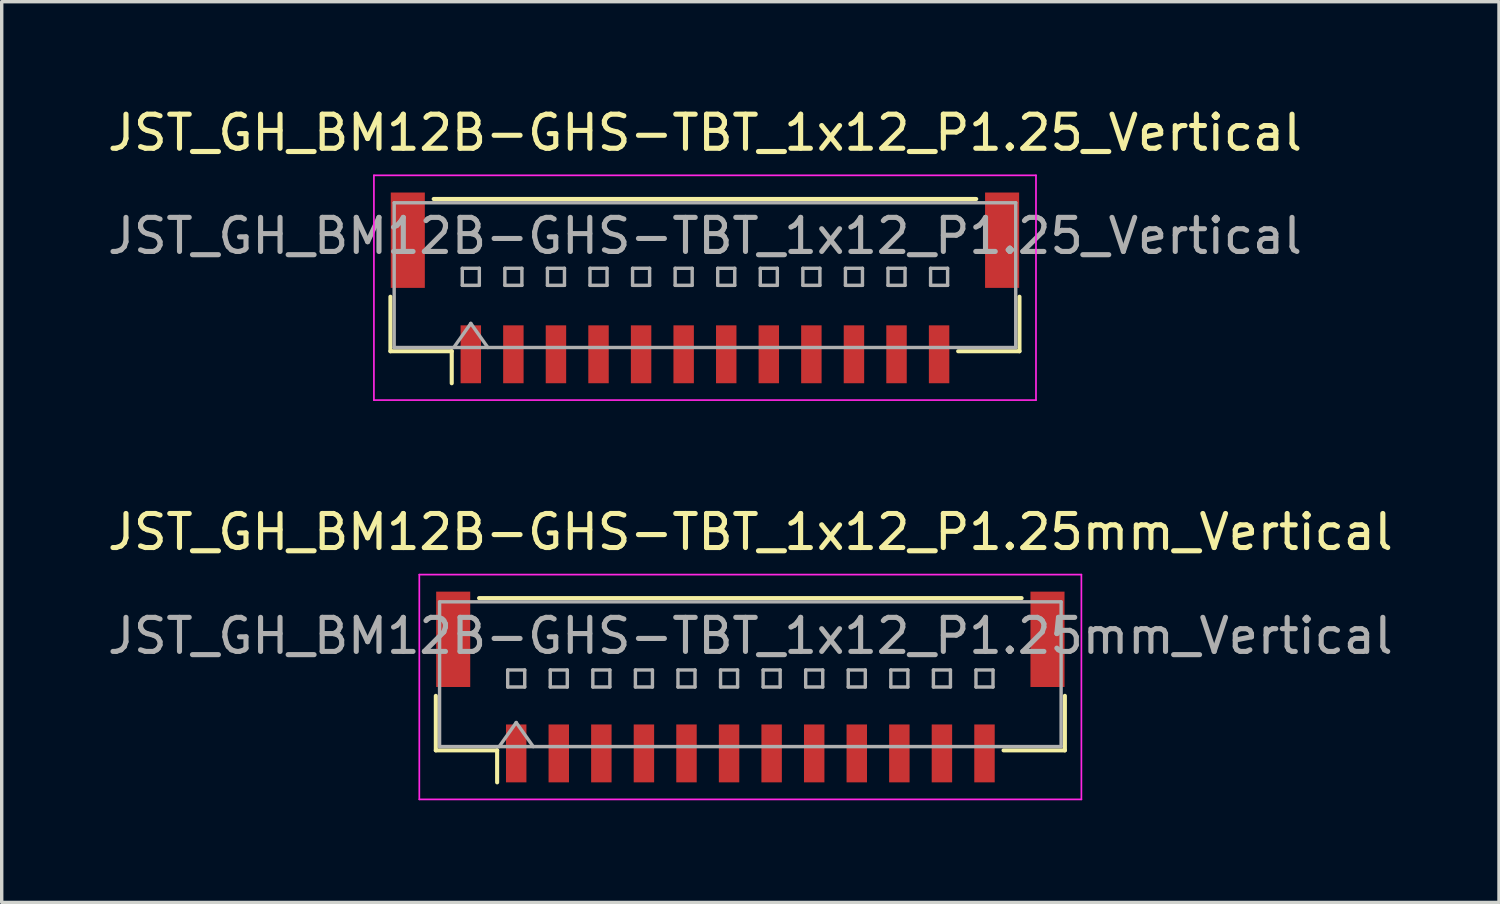
<source format=kicad_pcb>
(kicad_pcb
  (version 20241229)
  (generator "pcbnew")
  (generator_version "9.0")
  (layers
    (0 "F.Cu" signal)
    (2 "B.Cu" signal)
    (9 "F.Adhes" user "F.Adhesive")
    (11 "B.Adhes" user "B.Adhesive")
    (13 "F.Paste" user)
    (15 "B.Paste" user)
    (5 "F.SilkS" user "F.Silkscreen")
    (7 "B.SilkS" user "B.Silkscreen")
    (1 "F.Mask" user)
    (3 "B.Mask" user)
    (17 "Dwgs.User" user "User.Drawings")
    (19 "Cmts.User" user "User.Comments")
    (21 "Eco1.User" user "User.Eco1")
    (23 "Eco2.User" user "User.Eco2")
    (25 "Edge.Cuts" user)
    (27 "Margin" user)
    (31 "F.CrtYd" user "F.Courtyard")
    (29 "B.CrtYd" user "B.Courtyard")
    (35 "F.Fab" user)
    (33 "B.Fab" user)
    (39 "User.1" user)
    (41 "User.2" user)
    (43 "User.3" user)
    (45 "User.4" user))
  (footprint "JST_GH_BM12B-GHS-TBT_1x12_P1.25mm_Vertical"
    (layer "F.Cu")
    (at 18.982 17.122)
    (property "Reference" "JST_GH_BM12B-GHS-TBT_1x12_P1.25mm_Vertical" (at 0 -4.55 0) (layer "F.SilkS") (effects (font (size 1 1) (thickness 0.15))))
    (attr smd)
    (fp_line (start -9.235 0.26) (end -9.235 1.86) (stroke (width 0.12) (type solid)) (layer "F.SilkS"))
    (fp_line (start -9.235 1.86) (end -7.435 1.86) (stroke (width 0.12) (type solid)) (layer "F.SilkS"))
    (fp_line (start -7.965 -2.61) (end 7.965 -2.61) (stroke (width 0.12) (type solid)) (layer "F.SilkS"))
    (fp_line (start -7.435 1.86) (end -7.435 2.8) (stroke (width 0.12) (type solid)) (layer "F.SilkS"))
    (fp_line (start 9.235 0.26) (end 9.235 1.86) (stroke (width 0.12) (type solid)) (layer "F.SilkS"))
    (fp_line (start 9.235 1.86) (end 7.435 1.86) (stroke (width 0.12) (type solid)) (layer "F.SilkS"))
    (fp_line (start -9.72 -3.3) (end -9.72 3.3) (stroke (width 0.05) (type solid)) (layer "F.CrtYd"))
    (fp_line (start -9.72 3.3) (end 9.72 3.3) (stroke (width 0.05) (type solid)) (layer "F.CrtYd"))
    (fp_line (start 9.72 -3.3) (end -9.72 -3.3) (stroke (width 0.05) (type solid)) (layer "F.CrtYd"))
    (fp_line (start 9.72 3.3) (end 9.72 -3.3) (stroke (width 0.05) (type solid)) (layer "F.CrtYd"))
    (fp_line (start -9.125 -2.5) (end 9.125 -2.5) (stroke (width 0.1) (type solid)) (layer "F.Fab"))
    (fp_line (start -9.125 1.75) (end -9.125 -2.5) (stroke (width 0.1) (type solid)) (layer "F.Fab"))
    (fp_line (start -9.125 1.75) (end 9.125 1.75) (stroke (width 0.1) (type solid)) (layer "F.Fab"))
    (fp_line (start -7.375 1.75) (end -6.875 1.043) (stroke (width 0.1) (type solid)) (layer "F.Fab"))
    (fp_line (start -7.125 -0.5) (end -7.125 0) (stroke (width 0.1) (type solid)) (layer "F.Fab"))
    (fp_line (start -7.125 0) (end -6.625 0) (stroke (width 0.1) (type solid)) (layer "F.Fab"))
    (fp_line (start -6.875 1.043) (end -6.375 1.75) (stroke (width 0.1) (type solid)) (layer "F.Fab"))
    (fp_line (start -6.625 -0.5) (end -7.125 -0.5) (stroke (width 0.1) (type solid)) (layer "F.Fab"))
    (fp_line (start -6.625 0) (end -6.625 -0.5) (stroke (width 0.1) (type solid)) (layer "F.Fab"))
    (fp_line (start -5.875 -0.5) (end -5.875 0) (stroke (width 0.1) (type solid)) (layer "F.Fab"))
    (fp_line (start -5.875 0) (end -5.375 0) (stroke (width 0.1) (type solid)) (layer "F.Fab"))
    (fp_line (start -5.375 -0.5) (end -5.875 -0.5) (stroke (width 0.1) (type solid)) (layer "F.Fab"))
    (fp_line (start -5.375 0) (end -5.375 -0.5) (stroke (width 0.1) (type solid)) (layer "F.Fab"))
    (fp_line (start -4.625 -0.5) (end -4.625 0) (stroke (width 0.1) (type solid)) (layer "F.Fab"))
    (fp_line (start -4.625 0) (end -4.125 0) (stroke (width 0.1) (type solid)) (layer "F.Fab"))
    (fp_line (start -4.125 -0.5) (end -4.625 -0.5) (stroke (width 0.1) (type solid)) (layer "F.Fab"))
    (fp_line (start -4.125 0) (end -4.125 -0.5) (stroke (width 0.1) (type solid)) (layer "F.Fab"))
    (fp_line (start -3.375 -0.5) (end -3.375 0) (stroke (width 0.1) (type solid)) (layer "F.Fab"))
    (fp_line (start -3.375 0) (end -2.875 0) (stroke (width 0.1) (type solid)) (layer "F.Fab"))
    (fp_line (start -2.875 -0.5) (end -3.375 -0.5) (stroke (width 0.1) (type solid)) (layer "F.Fab"))
    (fp_line (start -2.875 0) (end -2.875 -0.5) (stroke (width 0.1) (type solid)) (layer "F.Fab"))
    (fp_line (start -2.125 -0.5) (end -2.125 0) (stroke (width 0.1) (type solid)) (layer "F.Fab"))
    (fp_line (start -2.125 0) (end -1.625 0) (stroke (width 0.1) (type solid)) (layer "F.Fab"))
    (fp_line (start -1.625 -0.5) (end -2.125 -0.5) (stroke (width 0.1) (type solid)) (layer "F.Fab"))
    (fp_line (start -1.625 0) (end -1.625 -0.5) (stroke (width 0.1) (type solid)) (layer "F.Fab"))
    (fp_line (start -0.875 -0.5) (end -0.875 0) (stroke (width 0.1) (type solid)) (layer "F.Fab"))
    (fp_line (start -0.875 0) (end -0.375 0) (stroke (width 0.1) (type solid)) (layer "F.Fab"))
    (fp_line (start -0.375 -0.5) (end -0.875 -0.5) (stroke (width 0.1) (type solid)) (layer "F.Fab"))
    (fp_line (start -0.375 0) (end -0.375 -0.5) (stroke (width 0.1) (type solid)) (layer "F.Fab"))
    (fp_line (start 0.375 -0.5) (end 0.375 0) (stroke (width 0.1) (type solid)) (layer "F.Fab"))
    (fp_line (start 0.375 0) (end 0.875 0) (stroke (width 0.1) (type solid)) (layer "F.Fab"))
    (fp_line (start 0.875 -0.5) (end 0.375 -0.5) (stroke (width 0.1) (type solid)) (layer "F.Fab"))
    (fp_line (start 0.875 0) (end 0.875 -0.5) (stroke (width 0.1) (type solid)) (layer "F.Fab"))
    (fp_line (start 1.625 -0.5) (end 1.625 0) (stroke (width 0.1) (type solid)) (layer "F.Fab"))
    (fp_line (start 1.625 0) (end 2.125 0) (stroke (width 0.1) (type solid)) (layer "F.Fab"))
    (fp_line (start 2.125 -0.5) (end 1.625 -0.5) (stroke (width 0.1) (type solid)) (layer "F.Fab"))
    (fp_line (start 2.125 0) (end 2.125 -0.5) (stroke (width 0.1) (type solid)) (layer "F.Fab"))
    (fp_line (start 2.875 -0.5) (end 2.875 0) (stroke (width 0.1) (type solid)) (layer "F.Fab"))
    (fp_line (start 2.875 0) (end 3.375 0) (stroke (width 0.1) (type solid)) (layer "F.Fab"))
    (fp_line (start 3.375 -0.5) (end 2.875 -0.5) (stroke (width 0.1) (type solid)) (layer "F.Fab"))
    (fp_line (start 3.375 0) (end 3.375 -0.5) (stroke (width 0.1) (type solid)) (layer "F.Fab"))
    (fp_line (start 4.125 -0.5) (end 4.125 0) (stroke (width 0.1) (type solid)) (layer "F.Fab"))
    (fp_line (start 4.125 0) (end 4.625 0) (stroke (width 0.1) (type solid)) (layer "F.Fab"))
    (fp_line (start 4.625 -0.5) (end 4.125 -0.5) (stroke (width 0.1) (type solid)) (layer "F.Fab"))
    (fp_line (start 4.625 0) (end 4.625 -0.5) (stroke (width 0.1) (type solid)) (layer "F.Fab"))
    (fp_line (start 5.375 -0.5) (end 5.375 0) (stroke (width 0.1) (type solid)) (layer "F.Fab"))
    (fp_line (start 5.375 0) (end 5.875 0) (stroke (width 0.1) (type solid)) (layer "F.Fab"))
    (fp_line (start 5.875 -0.5) (end 5.375 -0.5) (stroke (width 0.1) (type solid)) (layer "F.Fab"))
    (fp_line (start 5.875 0) (end 5.875 -0.5) (stroke (width 0.1) (type solid)) (layer "F.Fab"))
    (fp_line (start 6.625 -0.5) (end 6.625 0) (stroke (width 0.1) (type solid)) (layer "F.Fab"))
    (fp_line (start 6.625 0) (end 7.125 0) (stroke (width 0.1) (type solid)) (layer "F.Fab"))
    (fp_line (start 7.125 -0.5) (end 6.625 -0.5) (stroke (width 0.1) (type solid)) (layer "F.Fab"))
    (fp_line (start 7.125 0) (end 7.125 -0.5) (stroke (width 0.1) (type solid)) (layer "F.Fab"))
    (fp_line (start 9.125 1.75) (end 9.125 -2.5) (stroke (width 0.1) (type solid)) (layer "F.Fab"))
    (fp_text user "${REFERENCE}" (at 0 -1.5 0) (layer "F.Fab") (effects (font (size 1 1) (thickness 0.15))))
    (pad "" smd rect (at -8.725 -1.4) (size 1 2.8) (layers "F.Cu" "F.Mask" "F.Paste"))
    (pad "" smd rect (at 8.725 -1.4) (size 1 2.8) (layers "F.Cu" "F.Mask" "F.Paste"))
    (pad "1" smd rect (at -6.875 1.95) (size 0.6 1.7) (layers "F.Cu" "F.Mask" "F.Paste"))
    (pad "2" smd rect (at -5.625 1.95) (size 0.6 1.7) (layers "F.Cu" "F.Mask" "F.Paste"))
    (pad "3" smd rect (at -4.375 1.95) (size 0.6 1.7) (layers "F.Cu" "F.Mask" "F.Paste"))
    (pad "4" smd rect (at -3.125 1.95) (size 0.6 1.7) (layers "F.Cu" "F.Mask" "F.Paste"))
    (pad "5" smd rect (at -1.875 1.95) (size 0.6 1.7) (layers "F.Cu" "F.Mask" "F.Paste"))
    (pad "6" smd rect (at -0.625 1.95) (size 0.6 1.7) (layers "F.Cu" "F.Mask" "F.Paste"))
    (pad "7" smd rect (at 0.625 1.95) (size 0.6 1.7) (layers "F.Cu" "F.Mask" "F.Paste"))
    (pad "8" smd rect (at 1.875 1.95) (size 0.6 1.7) (layers "F.Cu" "F.Mask" "F.Paste"))
    (pad "9" smd rect (at 3.125 1.95) (size 0.6 1.7) (layers "F.Cu" "F.Mask" "F.Paste"))
    (pad "10" smd rect (at 4.375 1.95) (size 0.6 1.7) (layers "F.Cu" "F.Mask" "F.Paste"))
    (pad "11" smd rect (at 5.625 1.95) (size 0.6 1.7) (layers "F.Cu" "F.Mask" "F.Paste"))
    (pad "12" smd rect (at 6.875 1.95) (size 0.6 1.7) (layers "F.Cu" "F.Mask" "F.Paste")))
  (footprint "JST_GH_BM12B-GHS-TBT_1x12_P1.25_Vertical"
    (layer "F.Cu")
    (at 17.649 5.678)
    (property "Reference" "JST_GH_BM12B-GHS-TBT_1x12_P1.25_Vertical" (at 0 -4.83 0) (layer "F.SilkS") (effects (font (size 1 1) (thickness 0.15))))
    (attr smd)
    (fp_line (start -9.235 -0.015) (end -9.235 1.585) (stroke (width 0.12) (type solid)) (layer "F.SilkS"))
    (fp_line (start -9.235 1.585) (end -7.435 1.585) (stroke (width 0.12) (type solid)) (layer "F.SilkS"))
    (fp_line (start -7.965 -2.885) (end 7.965 -2.885) (stroke (width 0.12) (type solid)) (layer "F.SilkS"))
    (fp_line (start -7.435 1.585) (end -7.435 2.525) (stroke (width 0.12) (type solid)) (layer "F.SilkS"))
    (fp_line (start 9.235 -0.015) (end 9.235 1.585) (stroke (width 0.12) (type solid)) (layer "F.SilkS"))
    (fp_line (start 9.235 1.585) (end 7.435 1.585) (stroke (width 0.12) (type solid)) (layer "F.SilkS"))
    (fp_line (start -9.72 -3.58) (end -9.72 3.02) (stroke (width 0.05) (type solid)) (layer "F.CrtYd"))
    (fp_line (start -9.72 3.02) (end 9.72 3.02) (stroke (width 0.05) (type solid)) (layer "F.CrtYd"))
    (fp_line (start 9.72 -3.58) (end -9.72 -3.58) (stroke (width 0.05) (type solid)) (layer "F.CrtYd"))
    (fp_line (start 9.72 3.02) (end 9.72 -3.58) (stroke (width 0.05) (type solid)) (layer "F.CrtYd"))
    (fp_line (start -9.125 -2.775) (end -9.125 1.475) (stroke (width 0.1) (type solid)) (layer "F.Fab"))
    (fp_line (start -9.125 1.475) (end 9.125 1.475) (stroke (width 0.1) (type solid)) (layer "F.Fab"))
    (fp_line (start -7.375 1.475) (end -6.875 0.768) (stroke (width 0.1) (type solid)) (layer "F.Fab"))
    (fp_line (start -7.125 -0.85) (end -7.125 -0.35) (stroke (width 0.1) (type solid)) (layer "F.Fab"))
    (fp_line (start -7.125 -0.35) (end -6.625 -0.35) (stroke (width 0.1) (type solid)) (layer "F.Fab"))
    (fp_line (start -6.875 0.768) (end -6.375 1.475) (stroke (width 0.1) (type solid)) (layer "F.Fab"))
    (fp_line (start -6.625 -0.85) (end -7.125 -0.85) (stroke (width 0.1) (type solid)) (layer "F.Fab"))
    (fp_line (start -6.625 -0.35) (end -6.625 -0.85) (stroke (width 0.1) (type solid)) (layer "F.Fab"))
    (fp_line (start -5.875 -0.85) (end -5.875 -0.35) (stroke (width 0.1) (type solid)) (layer "F.Fab"))
    (fp_line (start -5.875 -0.35) (end -5.375 -0.35) (stroke (width 0.1) (type solid)) (layer "F.Fab"))
    (fp_line (start -5.375 -0.85) (end -5.875 -0.85) (stroke (width 0.1) (type solid)) (layer "F.Fab"))
    (fp_line (start -5.375 -0.35) (end -5.375 -0.85) (stroke (width 0.1) (type solid)) (layer "F.Fab"))
    (fp_line (start -4.625 -0.85) (end -4.625 -0.35) (stroke (width 0.1) (type solid)) (layer "F.Fab"))
    (fp_line (start -4.625 -0.35) (end -4.125 -0.35) (stroke (width 0.1) (type solid)) (layer "F.Fab"))
    (fp_line (start -4.125 -0.85) (end -4.625 -0.85) (stroke (width 0.1) (type solid)) (layer "F.Fab"))
    (fp_line (start -4.125 -0.35) (end -4.125 -0.85) (stroke (width 0.1) (type solid)) (layer "F.Fab"))
    (fp_line (start -3.375 -0.85) (end -3.375 -0.35) (stroke (width 0.1) (type solid)) (layer "F.Fab"))
    (fp_line (start -3.375 -0.35) (end -2.875 -0.35) (stroke (width 0.1) (type solid)) (layer "F.Fab"))
    (fp_line (start -2.875 -0.85) (end -3.375 -0.85) (stroke (width 0.1) (type solid)) (layer "F.Fab"))
    (fp_line (start -2.875 -0.35) (end -2.875 -0.85) (stroke (width 0.1) (type solid)) (layer "F.Fab"))
    (fp_line (start -2.125 -0.85) (end -2.125 -0.35) (stroke (width 0.1) (type solid)) (layer "F.Fab"))
    (fp_line (start -2.125 -0.35) (end -1.625 -0.35) (stroke (width 0.1) (type solid)) (layer "F.Fab"))
    (fp_line (start -1.625 -0.85) (end -2.125 -0.85) (stroke (width 0.1) (type solid)) (layer "F.Fab"))
    (fp_line (start -1.625 -0.35) (end -1.625 -0.85) (stroke (width 0.1) (type solid)) (layer "F.Fab"))
    (fp_line (start -0.875 -0.85) (end -0.875 -0.35) (stroke (width 0.1) (type solid)) (layer "F.Fab"))
    (fp_line (start -0.875 -0.35) (end -0.375 -0.35) (stroke (width 0.1) (type solid)) (layer "F.Fab"))
    (fp_line (start -0.375 -0.85) (end -0.875 -0.85) (stroke (width 0.1) (type solid)) (layer "F.Fab"))
    (fp_line (start -0.375 -0.35) (end -0.375 -0.85) (stroke (width 0.1) (type solid)) (layer "F.Fab"))
    (fp_line (start 0.375 -0.85) (end 0.375 -0.35) (stroke (width 0.1) (type solid)) (layer "F.Fab"))
    (fp_line (start 0.375 -0.35) (end 0.875 -0.35) (stroke (width 0.1) (type solid)) (layer "F.Fab"))
    (fp_line (start 0.875 -0.85) (end 0.375 -0.85) (stroke (width 0.1) (type solid)) (layer "F.Fab"))
    (fp_line (start 0.875 -0.35) (end 0.875 -0.85) (stroke (width 0.1) (type solid)) (layer "F.Fab"))
    (fp_line (start 1.625 -0.85) (end 1.625 -0.35) (stroke (width 0.1) (type solid)) (layer "F.Fab"))
    (fp_line (start 1.625 -0.35) (end 2.125 -0.35) (stroke (width 0.1) (type solid)) (layer "F.Fab"))
    (fp_line (start 2.125 -0.85) (end 1.625 -0.85) (stroke (width 0.1) (type solid)) (layer "F.Fab"))
    (fp_line (start 2.125 -0.35) (end 2.125 -0.85) (stroke (width 0.1) (type solid)) (layer "F.Fab"))
    (fp_line (start 2.875 -0.85) (end 2.875 -0.35) (stroke (width 0.1) (type solid)) (layer "F.Fab"))
    (fp_line (start 2.875 -0.35) (end 3.375 -0.35) (stroke (width 0.1) (type solid)) (layer "F.Fab"))
    (fp_line (start 3.375 -0.85) (end 2.875 -0.85) (stroke (width 0.1) (type solid)) (layer "F.Fab"))
    (fp_line (start 3.375 -0.35) (end 3.375 -0.85) (stroke (width 0.1) (type solid)) (layer "F.Fab"))
    (fp_line (start 4.125 -0.85) (end 4.125 -0.35) (stroke (width 0.1) (type solid)) (layer "F.Fab"))
    (fp_line (start 4.125 -0.35) (end 4.625 -0.35) (stroke (width 0.1) (type solid)) (layer "F.Fab"))
    (fp_line (start 4.625 -0.85) (end 4.125 -0.85) (stroke (width 0.1) (type solid)) (layer "F.Fab"))
    (fp_line (start 4.625 -0.35) (end 4.625 -0.85) (stroke (width 0.1) (type solid)) (layer "F.Fab"))
    (fp_line (start 5.375 -0.85) (end 5.375 -0.35) (stroke (width 0.1) (type solid)) (layer "F.Fab"))
    (fp_line (start 5.375 -0.35) (end 5.875 -0.35) (stroke (width 0.1) (type solid)) (layer "F.Fab"))
    (fp_line (start 5.875 -0.85) (end 5.375 -0.85) (stroke (width 0.1) (type solid)) (layer "F.Fab"))
    (fp_line (start 5.875 -0.35) (end 5.875 -0.85) (stroke (width 0.1) (type solid)) (layer "F.Fab"))
    (fp_line (start 6.625 -0.85) (end 6.625 -0.35) (stroke (width 0.1) (type solid)) (layer "F.Fab"))
    (fp_line (start 6.625 -0.35) (end 7.125 -0.35) (stroke (width 0.1) (type solid)) (layer "F.Fab"))
    (fp_line (start 7.125 -0.85) (end 6.625 -0.85) (stroke (width 0.1) (type solid)) (layer "F.Fab"))
    (fp_line (start 7.125 -0.35) (end 7.125 -0.85) (stroke (width 0.1) (type solid)) (layer "F.Fab"))
    (fp_line (start 9.125 -2.775) (end -9.125 -2.775) (stroke (width 0.1) (type solid)) (layer "F.Fab"))
    (fp_line (start 9.125 1.475) (end 9.125 -2.775) (stroke (width 0.1) (type solid)) (layer "F.Fab"))
    (fp_text user "${REFERENCE}" (at 0 -1.8 0) (layer "F.Fab") (effects (font (size 1 1) (thickness 0.15))))
    (pad "" smd rect (at -8.725 -1.675) (size 1 2.8) (layers "F.Cu" "F.Mask" "F.Paste"))
    (pad "" smd rect (at 8.725 -1.675) (size 1 2.8) (layers "F.Cu" "F.Mask" "F.Paste"))
    (pad "1" smd rect (at -6.875 1.675) (size 0.6 1.7) (layers "F.Cu" "F.Mask" "F.Paste"))
    (pad "2" smd rect (at -5.625 1.675) (size 0.6 1.7) (layers "F.Cu" "F.Mask" "F.Paste"))
    (pad "3" smd rect (at -4.375 1.675) (size 0.6 1.7) (layers "F.Cu" "F.Mask" "F.Paste"))
    (pad "4" smd rect (at -3.125 1.675) (size 0.6 1.7) (layers "F.Cu" "F.Mask" "F.Paste"))
    (pad "5" smd rect (at -1.875 1.675) (size 0.6 1.7) (layers "F.Cu" "F.Mask" "F.Paste"))
    (pad "6" smd rect (at -0.625 1.675) (size 0.6 1.7) (layers "F.Cu" "F.Mask" "F.Paste"))
    (pad "7" smd rect (at 0.625 1.675) (size 0.6 1.7) (layers "F.Cu" "F.Mask" "F.Paste"))
    (pad "8" smd rect (at 1.875 1.675) (size 0.6 1.7) (layers "F.Cu" "F.Mask" "F.Paste"))
    (pad "9" smd rect (at 3.125 1.675) (size 0.6 1.7) (layers "F.Cu" "F.Mask" "F.Paste"))
    (pad "10" smd rect (at 4.375 1.675) (size 0.6 1.7) (layers "F.Cu" "F.Mask" "F.Paste"))
    (pad "11" smd rect (at 5.625 1.675) (size 0.6 1.7) (layers "F.Cu" "F.Mask" "F.Paste"))
    (pad "12" smd rect (at 6.875 1.675) (size 0.6 1.7) (layers "F.Cu" "F.Mask" "F.Paste")))
  (gr_rect
    (start -3 -3)
    (end 40.964 23.447)
    (stroke (width 0.1) (type default))
    (fill no)
    (layer "Edge.Cuts")))
</source>
